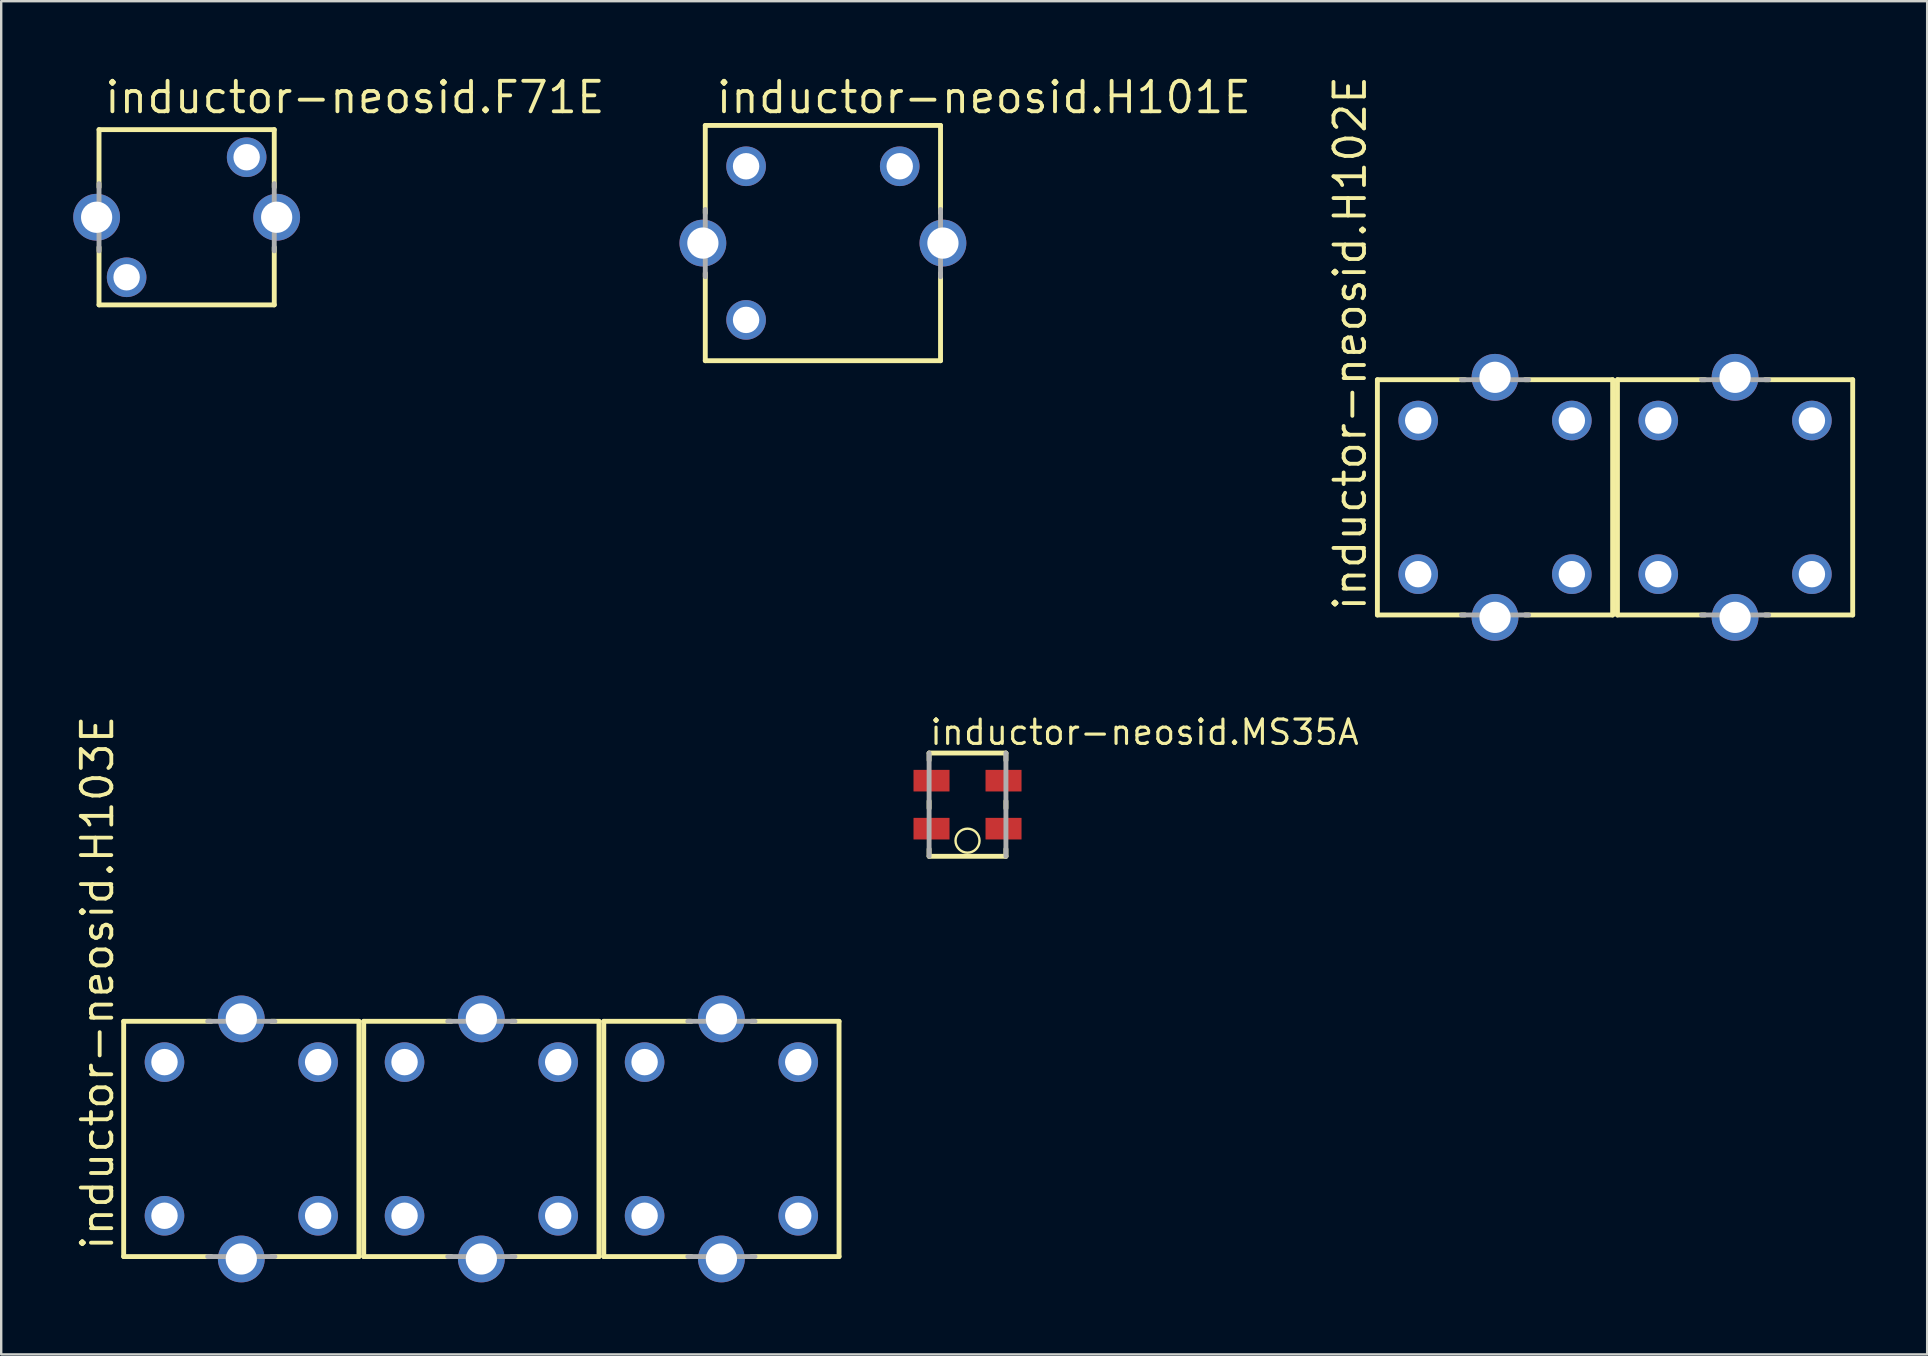
<source format=kicad_pcb>
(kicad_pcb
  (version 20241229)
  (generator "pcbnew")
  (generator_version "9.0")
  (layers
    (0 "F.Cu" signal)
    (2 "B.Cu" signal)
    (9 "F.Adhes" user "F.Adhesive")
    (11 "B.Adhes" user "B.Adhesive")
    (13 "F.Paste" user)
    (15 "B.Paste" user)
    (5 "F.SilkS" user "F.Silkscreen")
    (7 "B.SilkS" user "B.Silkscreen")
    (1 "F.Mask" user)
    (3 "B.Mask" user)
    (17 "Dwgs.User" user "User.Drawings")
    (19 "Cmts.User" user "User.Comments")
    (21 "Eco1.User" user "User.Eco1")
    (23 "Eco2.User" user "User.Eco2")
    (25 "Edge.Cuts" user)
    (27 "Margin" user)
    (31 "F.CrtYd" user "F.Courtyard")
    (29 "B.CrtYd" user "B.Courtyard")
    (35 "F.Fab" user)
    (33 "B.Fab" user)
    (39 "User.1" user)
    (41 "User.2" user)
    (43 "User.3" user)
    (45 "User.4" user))
  (footprint "inductor-neosid.H101E"
    (layer "F.Cu")
    (at 31.23 7.076)
    (property "Reference" "inductor-neosid.H101E" (at -4.528 -5.326 0) (layer "F.SilkS") (effects (font (size 1.27 1.27) (thickness 0.16)) (justify left bottom)))
    (attr through_hole)
    (fp_line (start -4.9 -4.9) (end 4.9 -4.9) (stroke (width 0.203) (type default)) (layer "F.SilkS"))
    (fp_line (start -4.9 -1.25) (end -4.9 -4.9) (stroke (width 0.203) (type default)) (layer "F.SilkS"))
    (fp_line (start -4.9 4.9) (end -4.9 1.25) (stroke (width 0.203) (type default)) (layer "F.SilkS"))
    (fp_line (start 4.9 -4.9) (end 4.9 -1.25) (stroke (width 0.203) (type default)) (layer "F.SilkS"))
    (fp_line (start 4.9 1.25) (end 4.9 4.9) (stroke (width 0.203) (type default)) (layer "F.SilkS"))
    (fp_line (start 4.9 4.9) (end -4.9 4.9) (stroke (width 0.203) (type default)) (layer "F.SilkS"))
    (fp_line (start -4.9 1.4) (end -4.9 -1.4) (stroke (width 0.203) (type default)) (layer "F.Fab"))
    (fp_line (start 4.9 -1.4) (end 4.9 1.4) (stroke (width 0.203) (type default)) (layer "F.Fab"))
    (pad "1" thru_hole circle (at -3.2 3.2) (size 1.65 1.65) (drill 1.1) (layers "*.Cu" "*.Mask"))
    (pad "2" thru_hole circle (at -3.2 -3.2) (size 1.65 1.65) (drill 1.1) (layers "*.Cu" "*.Mask"))
    (pad "4" thru_hole circle (at 3.2 -3.2) (size 1.65 1.65) (drill 1.1) (layers "*.Cu" "*.Mask"))
    (pad "S1" thru_hole circle (at -5 0) (size 1.95 1.95) (drill 1.3) (layers "*.Cu" "*.Mask"))
    (pad "S2" thru_hole circle (at 5 0) (size 1.95 1.95) (drill 1.3) (layers "*.Cu" "*.Mask")))
  (footprint "inductor-neosid.F71E"
    (layer "F.Cu")
    (at 4.725 6)
    (property "Reference" "inductor-neosid.F71E" (at -3.5 -4.25 0) (layer "F.SilkS") (effects (font (size 1.27 1.27) (thickness 0.16)) (justify left bottom)))
    (attr through_hole)
    (fp_line (start -3.65 -3.65) (end 3.65 -3.65) (stroke (width 0.203) (type default)) (layer "F.SilkS"))
    (fp_line (start -3.65 -1.25) (end -3.65 -3.65) (stroke (width 0.203) (type default)) (layer "F.SilkS"))
    (fp_line (start -3.65 3.65) (end -3.65 1.25) (stroke (width 0.203) (type default)) (layer "F.SilkS"))
    (fp_line (start 3.65 -3.65) (end 3.65 -1.25) (stroke (width 0.203) (type default)) (layer "F.SilkS"))
    (fp_line (start 3.65 1.25) (end 3.65 3.65) (stroke (width 0.203) (type default)) (layer "F.SilkS"))
    (fp_line (start 3.65 3.65) (end -3.65 3.65) (stroke (width 0.203) (type default)) (layer "F.SilkS"))
    (fp_line (start -3.65 1.4) (end -3.65 -1.4) (stroke (width 0.203) (type default)) (layer "F.Fab"))
    (fp_line (start 3.65 -1.4) (end 3.65 1.4) (stroke (width 0.203) (type default)) (layer "F.Fab"))
    (pad "A" thru_hole circle (at 2.5 -2.5) (size 1.65 1.65) (drill 1.1) (layers "*.Cu" "*.Mask"))
    (pad "E" thru_hole circle (at -2.5 2.5) (size 1.65 1.65) (drill 1.1) (layers "*.Cu" "*.Mask"))
    (pad "S1" thru_hole circle (at -3.75 0) (size 1.95 1.95) (drill 1.3) (layers "*.Cu" "*.Mask"))
    (pad "S2" thru_hole circle (at 3.75 0) (size 1.95 1.95) (drill 1.3) (layers "*.Cu" "*.Mask")))
  (footprint "inductor-neosid.H102E"
    (layer "F.Cu")
    (at 64.228 17.668)
    (property "Reference" "inductor-neosid.H102E" (at -10.295 4.813 90) (layer "F.SilkS") (effects (font (size 1.27 1.27) (thickness 0.16)) (justify left bottom)))
    (attr through_hole)
    (fp_line (start -9.9 -4.9) (end -6.25 -4.9) (stroke (width 0.203) (type default)) (layer "F.SilkS"))
    (fp_line (start -9.9 4.9) (end -9.9 -4.9) (stroke (width 0.203) (type default)) (layer "F.SilkS"))
    (fp_line (start -6.25 4.9) (end -9.9 4.9) (stroke (width 0.203) (type default)) (layer "F.SilkS"))
    (fp_line (start -3.75 -4.9) (end -0.1 -4.9) (stroke (width 0.203) (type default)) (layer "F.SilkS"))
    (fp_line (start -0.1 -4.9) (end -0.1 4.9) (stroke (width 0.203) (type default)) (layer "F.SilkS"))
    (fp_line (start -0.1 4.9) (end -3.75 4.9) (stroke (width 0.203) (type default)) (layer "F.SilkS"))
    (fp_line (start 0.1 -4.9) (end 3.75 -4.9) (stroke (width 0.203) (type default)) (layer "F.SilkS"))
    (fp_line (start 0.1 4.9) (end 0.1 -4.9) (stroke (width 0.203) (type default)) (layer "F.SilkS"))
    (fp_line (start 3.75 4.9) (end 0.1 4.9) (stroke (width 0.203) (type default)) (layer "F.SilkS"))
    (fp_line (start 6.25 -4.9) (end 9.9 -4.9) (stroke (width 0.203) (type default)) (layer "F.SilkS"))
    (fp_line (start 9.9 -4.9) (end 9.9 4.9) (stroke (width 0.203) (type default)) (layer "F.SilkS"))
    (fp_line (start 9.9 4.9) (end 6.25 4.9) (stroke (width 0.203) (type default)) (layer "F.SilkS"))
    (fp_line (start -6.4 -4.9) (end -3.6 -4.9) (stroke (width 0.203) (type default)) (layer "F.Fab"))
    (fp_line (start -3.6 4.9) (end -6.4 4.9) (stroke (width 0.203) (type default)) (layer "F.Fab"))
    (fp_line (start 3.6 -4.9) (end 6.4 -4.9) (stroke (width 0.203) (type default)) (layer "F.Fab"))
    (fp_line (start 6.4 4.9) (end 3.6 4.9) (stroke (width 0.203) (type default)) (layer "F.Fab"))
    (pad "1" thru_hole circle (at 1.8 3.2) (size 1.65 1.65) (drill 1.1) (layers "*.Cu" "*.Mask"))
    (pad "2" thru_hole circle (at 1.8 -3.2) (size 1.65 1.65) (drill 1.1) (layers "*.Cu" "*.Mask"))
    (pad "4" thru_hole circle (at 8.2 -3.2) (size 1.65 1.65) (drill 1.1) (layers "*.Cu" "*.Mask"))
    (pad "5" thru_hole circle (at 8.2 3.2) (size 1.65 1.65) (drill 1.1) (layers "*.Cu" "*.Mask"))
    (pad "21" thru_hole circle (at -8.2 3.2) (size 1.65 1.65) (drill 1.1) (layers "*.Cu" "*.Mask"))
    (pad "22" thru_hole circle (at -8.2 -3.2) (size 1.65 1.65) (drill 1.1) (layers "*.Cu" "*.Mask"))
    (pad "24" thru_hole circle (at -1.8 -3.2) (size 1.65 1.65) (drill 1.1) (layers "*.Cu" "*.Mask"))
    (pad "25" thru_hole circle (at -1.8 3.2) (size 1.65 1.65) (drill 1.1) (layers "*.Cu" "*.Mask"))
    (pad "S1" thru_hole circle (at 5 5) (size 1.95 1.95) (drill 1.3) (layers "*.Cu" "*.Mask"))
    (pad "S2" thru_hole circle (at 5 -5) (size 1.95 1.95) (drill 1.3) (layers "*.Cu" "*.Mask"))
    (pad "S3" thru_hole circle (at -5 5) (size 1.95 1.95) (drill 1.3) (layers "*.Cu" "*.Mask"))
    (pad "S4" thru_hole circle (at -5 -5) (size 1.95 1.95) (drill 1.3) (layers "*.Cu" "*.Mask")))
  (footprint "inductor-neosid.H103E"
    (layer "F.Cu")
    (at 17.002 44.145)
    (property "Reference" "inductor-neosid.H103E" (at -15.252 4.979 90) (layer "F.SilkS") (effects (font (size 1.27 1.27) (thickness 0.16)) (justify left bottom)))
    (attr through_hole)
    (fp_line (start -14.9 -4.65) (end -11.25 -4.65) (stroke (width 0.203) (type default)) (layer "F.SilkS"))
    (fp_line (start -14.9 5.15) (end -14.9 -4.65) (stroke (width 0.203) (type default)) (layer "F.SilkS"))
    (fp_line (start -11.25 5.15) (end -14.9 5.15) (stroke (width 0.203) (type default)) (layer "F.SilkS"))
    (fp_line (start -8.75 -4.65) (end -5.1 -4.65) (stroke (width 0.203) (type default)) (layer "F.SilkS"))
    (fp_line (start -5.1 -4.65) (end -5.1 5.15) (stroke (width 0.203) (type default)) (layer "F.SilkS"))
    (fp_line (start -5.1 5.15) (end -8.75 5.15) (stroke (width 0.203) (type default)) (layer "F.SilkS"))
    (fp_line (start -4.9 -4.65) (end -1.25 -4.65) (stroke (width 0.203) (type default)) (layer "F.SilkS"))
    (fp_line (start -4.9 5.15) (end -4.9 -4.65) (stroke (width 0.203) (type default)) (layer "F.SilkS"))
    (fp_line (start -1.25 5.15) (end -4.9 5.15) (stroke (width 0.203) (type default)) (layer "F.SilkS"))
    (fp_line (start 1.25 -4.65) (end 4.9 -4.65) (stroke (width 0.203) (type default)) (layer "F.SilkS"))
    (fp_line (start 4.9 -4.65) (end 4.9 5.15) (stroke (width 0.203) (type default)) (layer "F.SilkS"))
    (fp_line (start 4.9 5.15) (end 1.25 5.15) (stroke (width 0.203) (type default)) (layer "F.SilkS"))
    (fp_line (start 5.1 -4.65) (end 8.75 -4.65) (stroke (width 0.203) (type default)) (layer "F.SilkS"))
    (fp_line (start 5.1 5.15) (end 5.1 -4.65) (stroke (width 0.203) (type default)) (layer "F.SilkS"))
    (fp_line (start 8.75 5.15) (end 5.1 5.15) (stroke (width 0.203) (type default)) (layer "F.SilkS"))
    (fp_line (start 11.25 -4.65) (end 14.9 -4.65) (stroke (width 0.203) (type default)) (layer "F.SilkS"))
    (fp_line (start 14.9 -4.65) (end 14.9 5.15) (stroke (width 0.203) (type default)) (layer "F.SilkS"))
    (fp_line (start 14.9 5.15) (end 11.25 5.15) (stroke (width 0.203) (type default)) (layer "F.SilkS"))
    (fp_line (start -11.4 -4.65) (end -8.6 -4.65) (stroke (width 0.203) (type default)) (layer "F.Fab"))
    (fp_line (start -8.6 5.15) (end -11.4 5.15) (stroke (width 0.203) (type default)) (layer "F.Fab"))
    (fp_line (start -1.4 -4.65) (end 1.4 -4.65) (stroke (width 0.203) (type default)) (layer "F.Fab"))
    (fp_line (start 1.4 5.15) (end -1.4 5.15) (stroke (width 0.203) (type default)) (layer "F.Fab"))
    (fp_line (start 8.6 -4.65) (end 11.4 -4.65) (stroke (width 0.203) (type default)) (layer "F.Fab"))
    (fp_line (start 11.4 5.15) (end 8.6 5.15) (stroke (width 0.203) (type default)) (layer "F.Fab"))
    (pad "1" thru_hole circle (at 6.8 3.45) (size 1.65 1.65) (drill 1.1) (layers "*.Cu" "*.Mask"))
    (pad "2" thru_hole circle (at 6.8 -2.95) (size 1.65 1.65) (drill 1.1) (layers "*.Cu" "*.Mask"))
    (pad "4" thru_hole circle (at 13.2 -2.95) (size 1.65 1.65) (drill 1.1) (layers "*.Cu" "*.Mask"))
    (pad "5" thru_hole circle (at 13.2 3.45) (size 1.65 1.65) (drill 1.1) (layers "*.Cu" "*.Mask"))
    (pad "21" thru_hole circle (at -3.2 3.45) (size 1.65 1.65) (drill 1.1) (layers "*.Cu" "*.Mask"))
    (pad "22" thru_hole circle (at -3.2 -2.95) (size 1.65 1.65) (drill 1.1) (layers "*.Cu" "*.Mask"))
    (pad "24" thru_hole circle (at 3.2 -2.95) (size 1.65 1.65) (drill 1.1) (layers "*.Cu" "*.Mask"))
    (pad "25" thru_hole circle (at 3.2 3.45) (size 1.65 1.65) (drill 1.1) (layers "*.Cu" "*.Mask"))
    (pad "31" thru_hole circle (at -13.2 3.45) (size 1.65 1.65) (drill 1.1) (layers "*.Cu" "*.Mask"))
    (pad "32" thru_hole circle (at -13.2 -2.95) (size 1.65 1.65) (drill 1.1) (layers "*.Cu" "*.Mask"))
    (pad "34" thru_hole circle (at -6.8 -2.95) (size 1.65 1.65) (drill 1.1) (layers "*.Cu" "*.Mask"))
    (pad "35" thru_hole circle (at -6.8 3.45) (size 1.65 1.65) (drill 1.1) (layers "*.Cu" "*.Mask"))
    (pad "S1" thru_hole circle (at 10 5.25) (size 1.95 1.95) (drill 1.3) (layers "*.Cu" "*.Mask"))
    (pad "S2" thru_hole circle (at 10 -4.75) (size 1.95 1.95) (drill 1.3) (layers "*.Cu" "*.Mask"))
    (pad "S3" thru_hole circle (at 0 5.25) (size 1.95 1.95) (drill 1.3) (layers "*.Cu" "*.Mask"))
    (pad "S4" thru_hole circle (at 0 -4.75) (size 1.95 1.95) (drill 1.3) (layers "*.Cu" "*.Mask"))
    (pad "S5" thru_hole circle (at -10 5.25) (size 1.95 1.95) (drill 1.3) (layers "*.Cu" "*.Mask"))
    (pad "S6" thru_hole circle (at -10 -4.75) (size 1.95 1.95) (drill 1.3) (layers "*.Cu" "*.Mask")))
  (footprint "inductor-neosid.MS35A"
    (layer "F.Cu")
    (at 37.254 30.47)
    (property "Reference" "inductor-neosid.MS35A" (at -1.639 -2.421 0) (layer "F.SilkS") (effects (font (size 1.016 1.016) (thickness 0.13)) (justify left bottom)))
    (attr smd)
    (fp_line (start -1.6 -2.15) (end 1.6 -2.15) (stroke (width 0.203) (type default)) (layer "F.SilkS"))
    (fp_line (start -1.6 -1.85) (end -1.6 -2.15) (stroke (width 0.203) (type default)) (layer "F.SilkS"))
    (fp_line (start -1.6 0.15) (end -1.6 -0.15) (stroke (width 0.203) (type default)) (layer "F.SilkS"))
    (fp_line (start -1.6 2.15) (end -1.6 1.85) (stroke (width 0.203) (type default)) (layer "F.SilkS"))
    (fp_line (start 1.6 -2.15) (end 1.6 -1.85) (stroke (width 0.203) (type default)) (layer "F.SilkS"))
    (fp_line (start 1.6 -0.15) (end 1.6 0.15) (stroke (width 0.203) (type default)) (layer "F.SilkS"))
    (fp_line (start 1.6 1.85) (end 1.6 2.15) (stroke (width 0.203) (type default)) (layer "F.SilkS"))
    (fp_line (start 1.6 2.15) (end -1.6 2.15) (stroke (width 0.203) (type default)) (layer "F.SilkS"))
    (fp_circle (center 0 1.5) (end 0.5 1.5) (stroke (width 0.1) (type default)) (fill no) (layer "F.SilkS"))
    (fp_line (start -1.6 2.15) (end -1.6 -2.15) (stroke (width 0.203) (type default)) (layer "F.Fab"))
    (fp_line (start 1.6 -2.15) (end 1.6 2.15) (stroke (width 0.203) (type default)) (layer "F.Fab"))
    (pad "A1" smd roundrect (at -1.5 -1) (size 1.5 0.9) (layers "F.Cu" "F.Mask" "F.Paste") (roundrect_rratio 0.01))
    (pad "A2" smd roundrect (at 1.5 1) (size 1.5 0.9) (layers "F.Cu" "F.Mask" "F.Paste") (roundrect_rratio 0.01))
    (pad "E1" smd roundrect (at -1.5 1) (size 1.5 0.9) (layers "F.Cu" "F.Mask" "F.Paste") (roundrect_rratio 0.01))
    (pad "E2" smd roundrect (at 1.5 -1) (size 1.5 0.9) (layers "F.Cu" "F.Mask" "F.Paste") (roundrect_rratio 0.01)))
  (gr_rect
    (start -3 -3)
    (end 77.23 53.37)
    (stroke (width 0.1) (type default))
    (fill no)
    (layer "Edge.Cuts")))
</source>
